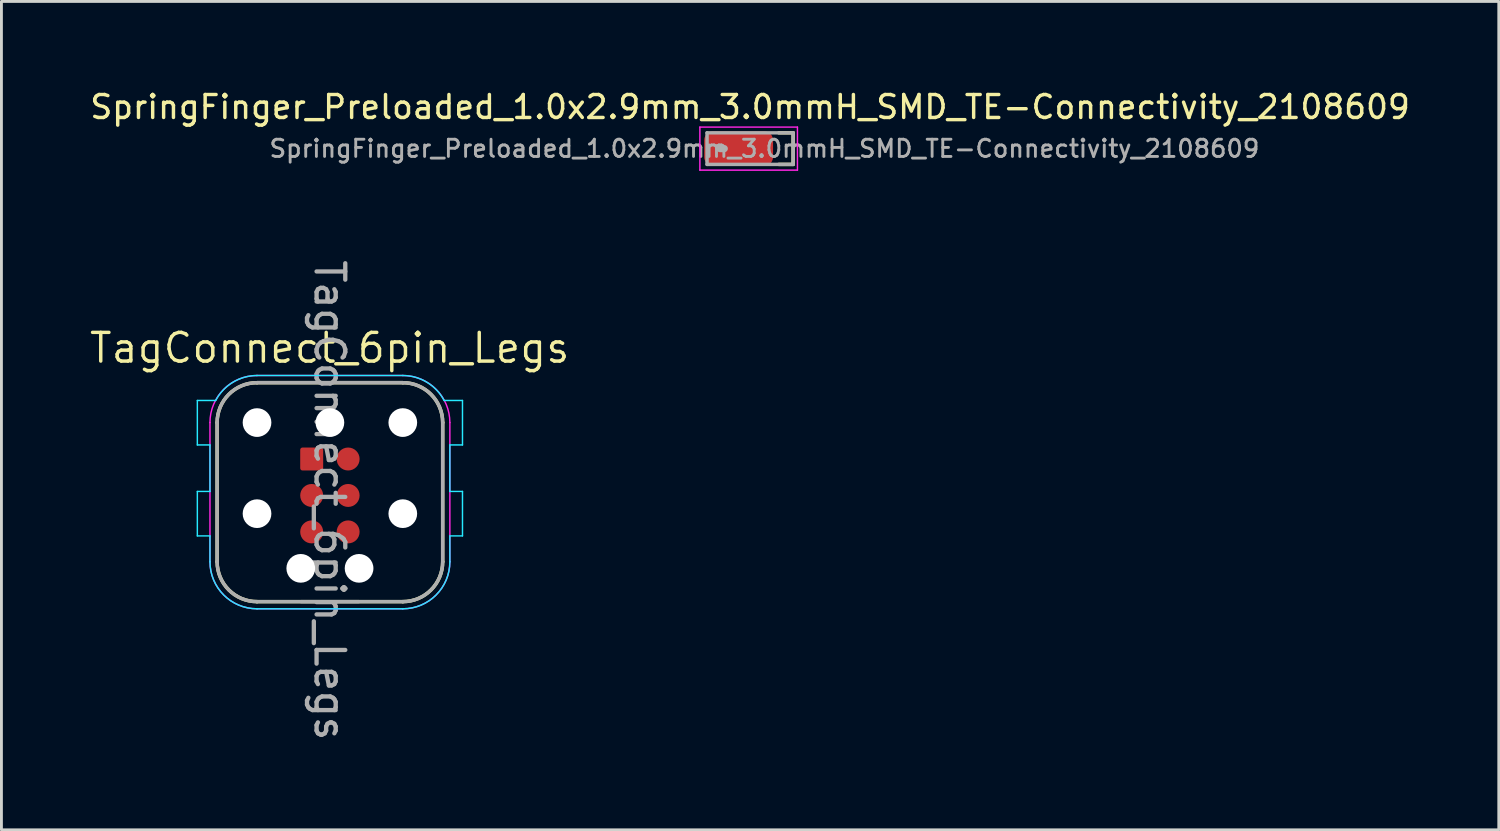
<source format=kicad_pcb>
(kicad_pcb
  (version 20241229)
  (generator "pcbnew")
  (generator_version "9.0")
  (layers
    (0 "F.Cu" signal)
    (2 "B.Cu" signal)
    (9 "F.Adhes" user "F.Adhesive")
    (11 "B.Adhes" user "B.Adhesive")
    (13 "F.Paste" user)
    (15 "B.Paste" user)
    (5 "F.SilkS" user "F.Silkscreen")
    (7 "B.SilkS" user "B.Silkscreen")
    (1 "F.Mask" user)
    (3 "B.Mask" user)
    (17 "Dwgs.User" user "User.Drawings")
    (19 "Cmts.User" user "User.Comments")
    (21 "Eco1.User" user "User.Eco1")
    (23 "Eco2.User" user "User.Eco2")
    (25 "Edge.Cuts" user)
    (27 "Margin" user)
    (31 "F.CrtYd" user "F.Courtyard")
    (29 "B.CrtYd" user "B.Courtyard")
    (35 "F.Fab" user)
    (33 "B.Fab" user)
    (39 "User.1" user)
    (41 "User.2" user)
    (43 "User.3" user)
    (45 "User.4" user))
  (footprint "SpringFinger_Preloaded_1.0x2.9mm_3.0mmH_SMD_TE-Connectivity_2108609"
    (layer "F.Cu")
    (at 23.09 2.129)
    (property "Reference" "SpringFinger_Preloaded_1.0x2.9mm_3.0mmH_SMD_TE-Connectivity_2108609" (at 0 -1.45 0) (unlocked yes) (layer "F.SilkS") (effects (font (size 0.8 0.8) (thickness 0.12))))
    (attr smd)
    (fp_line (start 1 -0.55) (end 1.5 -0.55) (stroke (width 0.12) (type solid)) (layer "F.SilkS"))
    (fp_line (start 1 0.55) (end 1.5 0.55) (stroke (width 0.12) (type solid)) (layer "F.SilkS"))
    (fp_line (start 1.5 0.55) (end 1.5 -0.55) (stroke (width 0.12) (type solid)) (layer "F.SilkS"))
    (fp_line (start -1.75 -0.75) (end 1.65 -0.75) (stroke (width 0.05) (type solid)) (layer "F.CrtYd"))
    (fp_line (start -1.75 0.75) (end -1.75 -0.75) (stroke (width 0.05) (type solid)) (layer "F.CrtYd"))
    (fp_line (start 1.65 -0.75) (end 1.65 0.75) (stroke (width 0.05) (type solid)) (layer "F.CrtYd"))
    (fp_line (start 1.65 0.75) (end -1.75 0.75) (stroke (width 0.05) (type solid)) (layer "F.CrtYd"))
    (fp_line (start -1.5 -0.55) (end -1.5 0.55) (stroke (width 0.12) (type solid)) (layer "F.Fab"))
    (fp_line (start -1.5 0.55) (end 1.5 0.55) (stroke (width 0.12) (type solid)) (layer "F.Fab"))
    (fp_line (start -1.05 0) (end -0.9 0) (stroke (width 0.25) (type solid)) (layer "F.Fab"))
    (fp_line (start 1.5 -0.55) (end -1.5 -0.55) (stroke (width 0.12) (type solid)) (layer "F.Fab"))
    (fp_line (start 1.5 0.55) (end 1.5 -0.55) (stroke (width 0.12) (type solid)) (layer "F.Fab"))
    (fp_text user "${REFERENCE}" (at 0.5 0 0) (layer "F.Fab") (effects (font (size 0.6 0.6) (thickness 0.1))))
    (pad "1" smd roundrect (at -0.4 0) (size 2.4 1.2) (layers "F.Cu" "F.Mask" "F.Paste") (roundrect_rratio 0.25))
    (zone (net_name "") (layer "F.Cu") (hatch edge 0.508) (connect_pads) (min_thickness 0.254) (filled_areas_thickness no) (keepout (tracks not_allowed) (vias not_allowed) (pads allowed) (copperpour not_allowed) (footprints allowed)) (placement (enabled no)) (fill) (polygon (pts (xy 24.65 2.739) (xy 23.89 2.739) (xy 23.89 1.519) (xy 24.65 1.519)))))
  (footprint "TagConnect_6pin_Legs"
    (layer "F.Cu")
    (at 8.447 14.216)
    (property "Reference" "TagConnect_6pin_Legs" (at -0.01 -5.14 0) (unlocked yes) (layer "F.SilkS") (effects (font (size 1 1) (thickness 0.12))))
    (attr exclude_from_pos_files exclude_from_bom)
    (fp_line (start -3.93 -2.54) (end -3.93 2.31) (stroke (width 0.12) (type default)) (layer "F.SilkS"))
    (fp_line (start 2.54 -3.93) (end -2.54 -3.93) (stroke (width 0.12) (type default)) (layer "F.SilkS"))
    (fp_line (start 2.54 3.7) (end -2.54 3.7) (stroke (width 0.12) (type solid)) (layer "F.SilkS"))
    (fp_line (start 3.93 -2.54) (end 3.93 2.31) (stroke (width 0.12) (type default)) (layer "F.SilkS"))
    (fp_arc (start -3.93 -2.54) (mid -3.522878 -3.522878) (end -2.54 -3.93) (stroke (width 0.12) (type default)) (layer "F.SilkS"))
    (fp_arc (start -2.54 3.7) (mid -3.522878 3.292878) (end -3.93 2.31) (stroke (width 0.12) (type default)) (layer "F.SilkS"))
    (fp_arc (start 2.54 -3.93) (mid 3.522878 -3.522878) (end 3.93 -2.54) (stroke (width 0.12) (type default)) (layer "F.SilkS"))
    (fp_arc (start 3.93 2.31) (mid 3.522878 3.292878) (end 2.54 3.7) (stroke (width 0.12) (type default)) (layer "F.SilkS"))
    (fp_line (start -4.62 -1.76) (end -4.62 -3.31) (stroke (width 0.05) (type default)) (layer "B.CrtYd"))
    (fp_line (start -4.62 -0.14) (end -4.62 1.41) (stroke (width 0.05) (type default)) (layer "B.CrtYd"))
    (fp_line (start -4.62 -0.14) (end -4.18 -0.14) (stroke (width 0.05) (type default)) (layer "B.CrtYd"))
    (fp_line (start -4.62 1.41) (end -4.18 1.41) (stroke (width 0.05) (type default)) (layer "B.CrtYd"))
    (fp_line (start -4.18 -1.76) (end -4.62 -1.76) (stroke (width 0.05) (type default)) (layer "B.CrtYd"))
    (fp_line (start -4.18 -1.76) (end -4.18 -0.14) (stroke (width 0.05) (type default)) (layer "B.CrtYd"))
    (fp_line (start -4.18 1.41) (end -4.18 2.31) (stroke (width 0.05) (type default)) (layer "B.CrtYd"))
    (fp_line (start -3.98 -3.31) (end -4.62 -3.31) (stroke (width 0.05) (type default)) (layer "B.CrtYd"))
    (fp_line (start 2.54 -4.18) (end -2.54 -4.18) (stroke (width 0.05) (type default)) (layer "B.CrtYd"))
    (fp_line (start 2.54 3.95) (end -2.54 3.95) (stroke (width 0.05) (type solid)) (layer "B.CrtYd"))
    (fp_line (start 3.98 -3.31) (end 4.62 -3.31) (stroke (width 0.05) (type default)) (layer "B.CrtYd"))
    (fp_line (start 4.18 -1.76) (end 4.18 -0.14) (stroke (width 0.05) (type default)) (layer "B.CrtYd"))
    (fp_line (start 4.18 -1.76) (end 4.62 -1.76) (stroke (width 0.05) (type default)) (layer "B.CrtYd"))
    (fp_line (start 4.18 1.41) (end 4.18 2.31) (stroke (width 0.05) (type default)) (layer "B.CrtYd"))
    (fp_line (start 4.62 -1.76) (end 4.62 -3.31) (stroke (width 0.05) (type default)) (layer "B.CrtYd"))
    (fp_line (start 4.62 -0.14) (end 4.18 -0.14) (stroke (width 0.05) (type default)) (layer "B.CrtYd"))
    (fp_line (start 4.62 -0.14) (end 4.62 1.41) (stroke (width 0.05) (type default)) (layer "B.CrtYd"))
    (fp_line (start 4.62 1.41) (end 4.18 1.41) (stroke (width 0.05) (type default)) (layer "B.CrtYd"))
    (fp_arc (start -3.98 -3.31) (mid -3.380698 -3.944776) (end -2.54 -4.18) (stroke (width 0.05) (type default)) (layer "B.CrtYd"))
    (fp_arc (start -2.54 3.95) (mid -3.699655 3.469655) (end -4.18 2.31) (stroke (width 0.05) (type default)) (layer "B.CrtYd"))
    (fp_arc (start 2.54 -4.18) (mid 3.380697 -3.944775) (end 3.98 -3.31) (stroke (width 0.05) (type default)) (layer "B.CrtYd"))
    (fp_arc (start 4.18 2.31) (mid 3.699655 3.469655) (end 2.54 3.95) (stroke (width 0.05) (type default)) (layer "B.CrtYd"))
    (fp_line (start -4.18 -2.54) (end -4.18 2.31) (stroke (width 0.05) (type default)) (layer "F.CrtYd"))
    (fp_line (start 2.54 -4.18) (end -2.54 -4.18) (stroke (width 0.05) (type default)) (layer "F.CrtYd"))
    (fp_line (start 2.54 3.95) (end -2.54 3.95) (stroke (width 0.05) (type solid)) (layer "F.CrtYd"))
    (fp_line (start 4.18 -2.54) (end 4.18 2.31) (stroke (width 0.05) (type default)) (layer "F.CrtYd"))
    (fp_arc (start -4.18 -2.54) (mid -3.699655 -3.699655) (end -2.54 -4.18) (stroke (width 0.05) (type default)) (layer "F.CrtYd"))
    (fp_arc (start -2.54 3.95) (mid -3.699655 3.469655) (end -4.18 2.31) (stroke (width 0.05) (type default)) (layer "F.CrtYd"))
    (fp_arc (start 2.54 -4.18) (mid 3.699655 -3.699655) (end 4.18 -2.54) (stroke (width 0.05) (type default)) (layer "F.CrtYd"))
    (fp_arc (start 4.18 2.31) (mid 3.699655 3.469655) (end 2.54 3.95) (stroke (width 0.05) (type default)) (layer "F.CrtYd"))
    (fp_line (start -3.93 -2.54) (end -3.93 2.31) (stroke (width 0.12) (type default)) (layer "F.Fab"))
    (fp_line (start 1 3.7) (end -1 3.7) (stroke (width 0.12) (type solid)) (layer "F.Fab"))
    (fp_line (start 2.54 -3.93) (end -2.54 -3.93) (stroke (width 0.12) (type default)) (layer "F.Fab"))
    (fp_line (start 2.54 3.7) (end -2.54 3.7) (stroke (width 0.12) (type solid)) (layer "F.Fab"))
    (fp_line (start 3.93 -2.54) (end 3.93 2.31) (stroke (width 0.12) (type default)) (layer "F.Fab"))
    (fp_arc (start -3.93 -2.54) (mid -3.522878 -3.522878) (end -2.54 -3.93) (stroke (width 0.12) (type default)) (layer "F.Fab"))
    (fp_arc (start -2.54 3.7) (mid -3.522878 3.292878) (end -3.93 2.31) (stroke (width 0.12) (type default)) (layer "F.Fab"))
    (fp_arc (start 2.54 -3.93) (mid 3.522878 -3.522878) (end 3.93 -2.54) (stroke (width 0.12) (type default)) (layer "F.Fab"))
    (fp_arc (start 3.93 2.31) (mid 3.522878 3.292878) (end 2.54 3.7) (stroke (width 0.12) (type default)) (layer "F.Fab"))
    (fp_text user "${REFERENCE}" (at -0.01 0.17 270) (unlocked yes) (layer "F.Fab") (effects (font (size 1 1) (thickness 0.15))))
    (pad "" np_thru_hole circle (at -2.54 -2.54 270) (size 1 1) (drill 2.375) (layers "*.Cu" "*.Mask"))
    (pad "" np_thru_hole circle (at -2.54 0.635 270) (size 1 1) (drill 2.375) (layers "*.Cu" "*.Mask"))
    (pad "" np_thru_hole circle (at -1.016 2.54 270) (size 1 1) (drill 1) (layers "*.Cu" "*.Mask"))
    (pad "" np_thru_hole circle (at 0 -2.54 270) (size 1 1) (drill 1) (layers "*.Cu" "*.Mask"))
    (pad "" np_thru_hole circle (at 1.016 2.54 270) (size 1 1) (drill 1) (layers "*.Cu" "*.Mask"))
    (pad "" np_thru_hole circle (at 2.54 -2.54 270) (size 1 1) (drill 2.375) (layers "*.Cu" "*.Mask"))
    (pad "" np_thru_hole circle (at 2.54 0.635 270) (size 1 1) (drill 2.375) (layers "*.Cu" "*.Mask"))
    (pad "1" smd roundrect (at -0.635 -1.27 270) (size 0.8 0.8) (layers "F.Cu" "F.Mask") (roundrect_rratio 0.1))
    (pad "2" smd circle (at 0.635 -1.27 270) (size 0.8 0.8) (layers "F.Cu" "F.Mask"))
    (pad "3" smd circle (at -0.635 0 270) (size 0.8 0.8) (layers "F.Cu" "F.Mask"))
    (pad "4" smd circle (at 0.635 0 270) (size 0.8 0.8) (layers "F.Cu" "F.Mask"))
    (pad "5" smd circle (at -0.635 1.27 270) (size 0.8 0.8) (layers "F.Cu" "F.Mask"))
    (pad "6" smd circle (at 0.635 1.27 270) (size 0.8 0.8) (layers "F.Cu" "F.Mask"))
    (zone (net_name "") (layer "F.Cu") (hatch edge 0.508) (connect_pads) (min_thickness 0.254) (filled_areas_thickness no) (keepout (tracks allowed) (vias not_allowed) (pads allowed) (copperpour not_allowed) (footprints allowed)) (placement (enabled no)) (fill) (polygon (pts (xy 9.072 13.356) (xy 9.072 13.816) (xy 8.797 13.936) (xy 8.682 14.216) (xy 8.827 14.526) (xy 9.072 14.626) (xy 9.072 15.086) (xy 8.807 15.206) (xy 8.677 15.471) (xy 8.217 15.471) (xy 8.087 15.196) (xy 7.822 15.086) (xy 7.822 14.626) (xy 8.107 14.486) (xy 8.212 14.216) (xy 8.087 13.936) (xy 7.822 13.816) (xy 7.822 13.356) (xy 8.187 13.316) (xy 8.217 12.961) (xy 8.677 12.961) (xy 8.827 13.256)))))
  (gr_rect
    (start -3 -3)
    (end 49.181 25.868)
    (stroke (width 0.1) (type default))
    (fill no)
    (layer "Edge.Cuts")))
</source>
